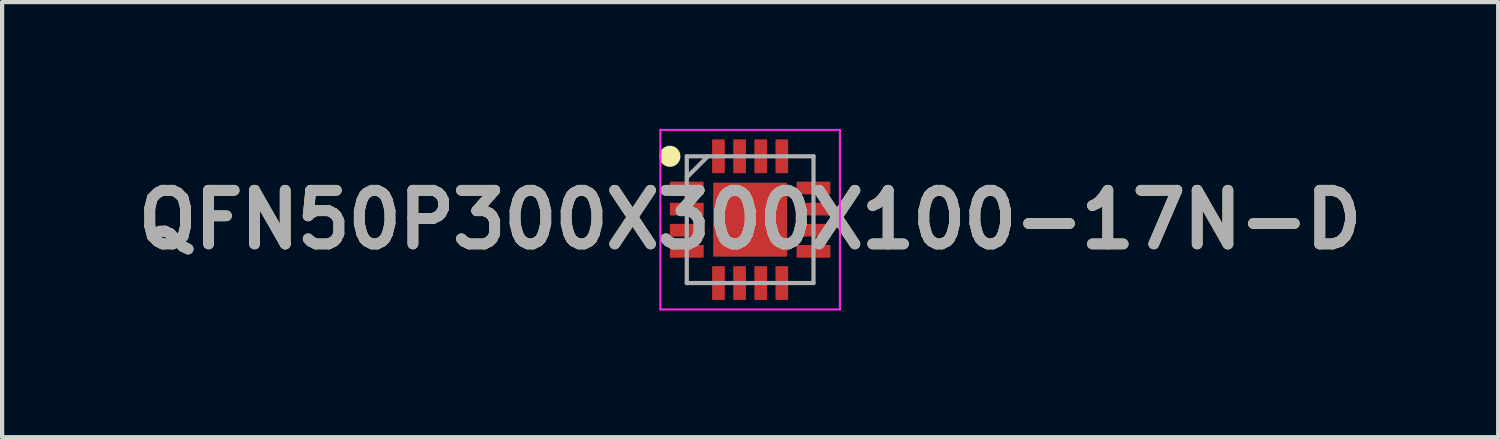
<source format=kicad_pcb>
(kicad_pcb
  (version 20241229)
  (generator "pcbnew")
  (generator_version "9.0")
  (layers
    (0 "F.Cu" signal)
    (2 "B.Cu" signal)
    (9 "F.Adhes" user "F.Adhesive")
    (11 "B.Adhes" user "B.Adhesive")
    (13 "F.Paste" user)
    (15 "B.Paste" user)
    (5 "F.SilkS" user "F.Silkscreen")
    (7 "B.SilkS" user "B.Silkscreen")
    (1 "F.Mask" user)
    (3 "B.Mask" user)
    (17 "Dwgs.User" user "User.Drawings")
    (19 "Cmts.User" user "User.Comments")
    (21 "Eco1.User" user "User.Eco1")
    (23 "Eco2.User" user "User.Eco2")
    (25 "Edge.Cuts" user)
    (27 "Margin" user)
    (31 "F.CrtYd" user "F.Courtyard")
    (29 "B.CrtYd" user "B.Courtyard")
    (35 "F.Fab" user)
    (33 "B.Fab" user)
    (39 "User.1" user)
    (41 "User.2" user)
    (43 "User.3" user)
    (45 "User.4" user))
  (footprint "QFN50P300X300X100-17N-D"
    (layer "F.Cu")
    (at 14.708 2.15)
    (property "Reference" "QFN50P300X300X100-17N-D" (at 0 0 0) (layer "F.SilkS") (effects (font (size 1.27 1.27) (thickness 0.254))))
    (attr smd)
    (fp_circle (center -1.9 -1.5) (end -1.9 -1.375) (stroke (width 0.25) (type solid)) (fill no) (layer "F.SilkS"))
    (fp_line (start -2.125 -2.125) (end 2.125 -2.125) (stroke (width 0.05) (type solid)) (layer "F.CrtYd"))
    (fp_line (start -2.125 2.125) (end -2.125 -2.125) (stroke (width 0.05) (type solid)) (layer "F.CrtYd"))
    (fp_line (start 2.125 -2.125) (end 2.125 2.125) (stroke (width 0.05) (type solid)) (layer "F.CrtYd"))
    (fp_line (start 2.125 2.125) (end -2.125 2.125) (stroke (width 0.05) (type solid)) (layer "F.CrtYd"))
    (fp_line (start -1.5 -1.5) (end 1.5 -1.5) (stroke (width 0.1) (type solid)) (layer "F.Fab"))
    (fp_line (start -1.5 -1) (end -1 -1.5) (stroke (width 0.1) (type solid)) (layer "F.Fab"))
    (fp_line (start -1.5 1.5) (end -1.5 -1.5) (stroke (width 0.1) (type solid)) (layer "F.Fab"))
    (fp_line (start 1.5 -1.5) (end 1.5 1.5) (stroke (width 0.1) (type solid)) (layer "F.Fab"))
    (fp_line (start 1.5 1.5) (end -1.5 1.5) (stroke (width 0.1) (type solid)) (layer "F.Fab"))
    (fp_text user "${REFERENCE}" (at 0 0 0) (layer "F.Fab") (effects (font (size 1.27 1.27) (thickness 0.254))))
    (pad "1" smd rect (at -1.5 -0.75 90) (size 0.3 0.8) (layers "F.Cu" "F.Mask" "F.Paste"))
    (pad "2" smd rect (at -1.5 -0.25 90) (size 0.3 0.8) (layers "F.Cu" "F.Mask" "F.Paste"))
    (pad "3" smd rect (at -1.5 0.25 90) (size 0.3 0.8) (layers "F.Cu" "F.Mask" "F.Paste"))
    (pad "4" smd rect (at -1.5 0.75 90) (size 0.3 0.8) (layers "F.Cu" "F.Mask" "F.Paste"))
    (pad "5" smd rect (at -0.75 1.5) (size 0.3 0.8) (layers "F.Cu" "F.Mask" "F.Paste"))
    (pad "6" smd rect (at -0.25 1.5) (size 0.3 0.8) (layers "F.Cu" "F.Mask" "F.Paste"))
    (pad "7" smd rect (at 0.25 1.5) (size 0.3 0.8) (layers "F.Cu" "F.Mask" "F.Paste"))
    (pad "8" smd rect (at 0.75 1.5) (size 0.3 0.8) (layers "F.Cu" "F.Mask" "F.Paste"))
    (pad "9" smd rect (at 1.5 0.75 90) (size 0.3 0.8) (layers "F.Cu" "F.Mask" "F.Paste"))
    (pad "10" smd rect (at 1.5 0.25 90) (size 0.3 0.8) (layers "F.Cu" "F.Mask" "F.Paste"))
    (pad "11" smd rect (at 1.5 -0.25 90) (size 0.3 0.8) (layers "F.Cu" "F.Mask" "F.Paste"))
    (pad "12" smd rect (at 1.5 -0.75 90) (size 0.3 0.8) (layers "F.Cu" "F.Mask" "F.Paste"))
    (pad "13" smd rect (at 0.75 -1.5) (size 0.3 0.8) (layers "F.Cu" "F.Mask" "F.Paste"))
    (pad "14" smd rect (at 0.25 -1.5) (size 0.3 0.8) (layers "F.Cu" "F.Mask" "F.Paste"))
    (pad "15" smd rect (at -0.25 -1.5) (size 0.3 0.8) (layers "F.Cu" "F.Mask" "F.Paste"))
    (pad "16" smd rect (at -0.75 -1.5) (size 0.3 0.8) (layers "F.Cu" "F.Mask" "F.Paste"))
    (pad "17" smd rect (at 0 0) (size 1.75 1.75) (layers "F.Cu" "F.Mask" "F.Paste")))
  (gr_rect
    (start -3 -3)
    (end 32.416 7.3)
    (stroke (width 0.1) (type default))
    (fill no)
    (layer "Edge.Cuts")))
</source>
